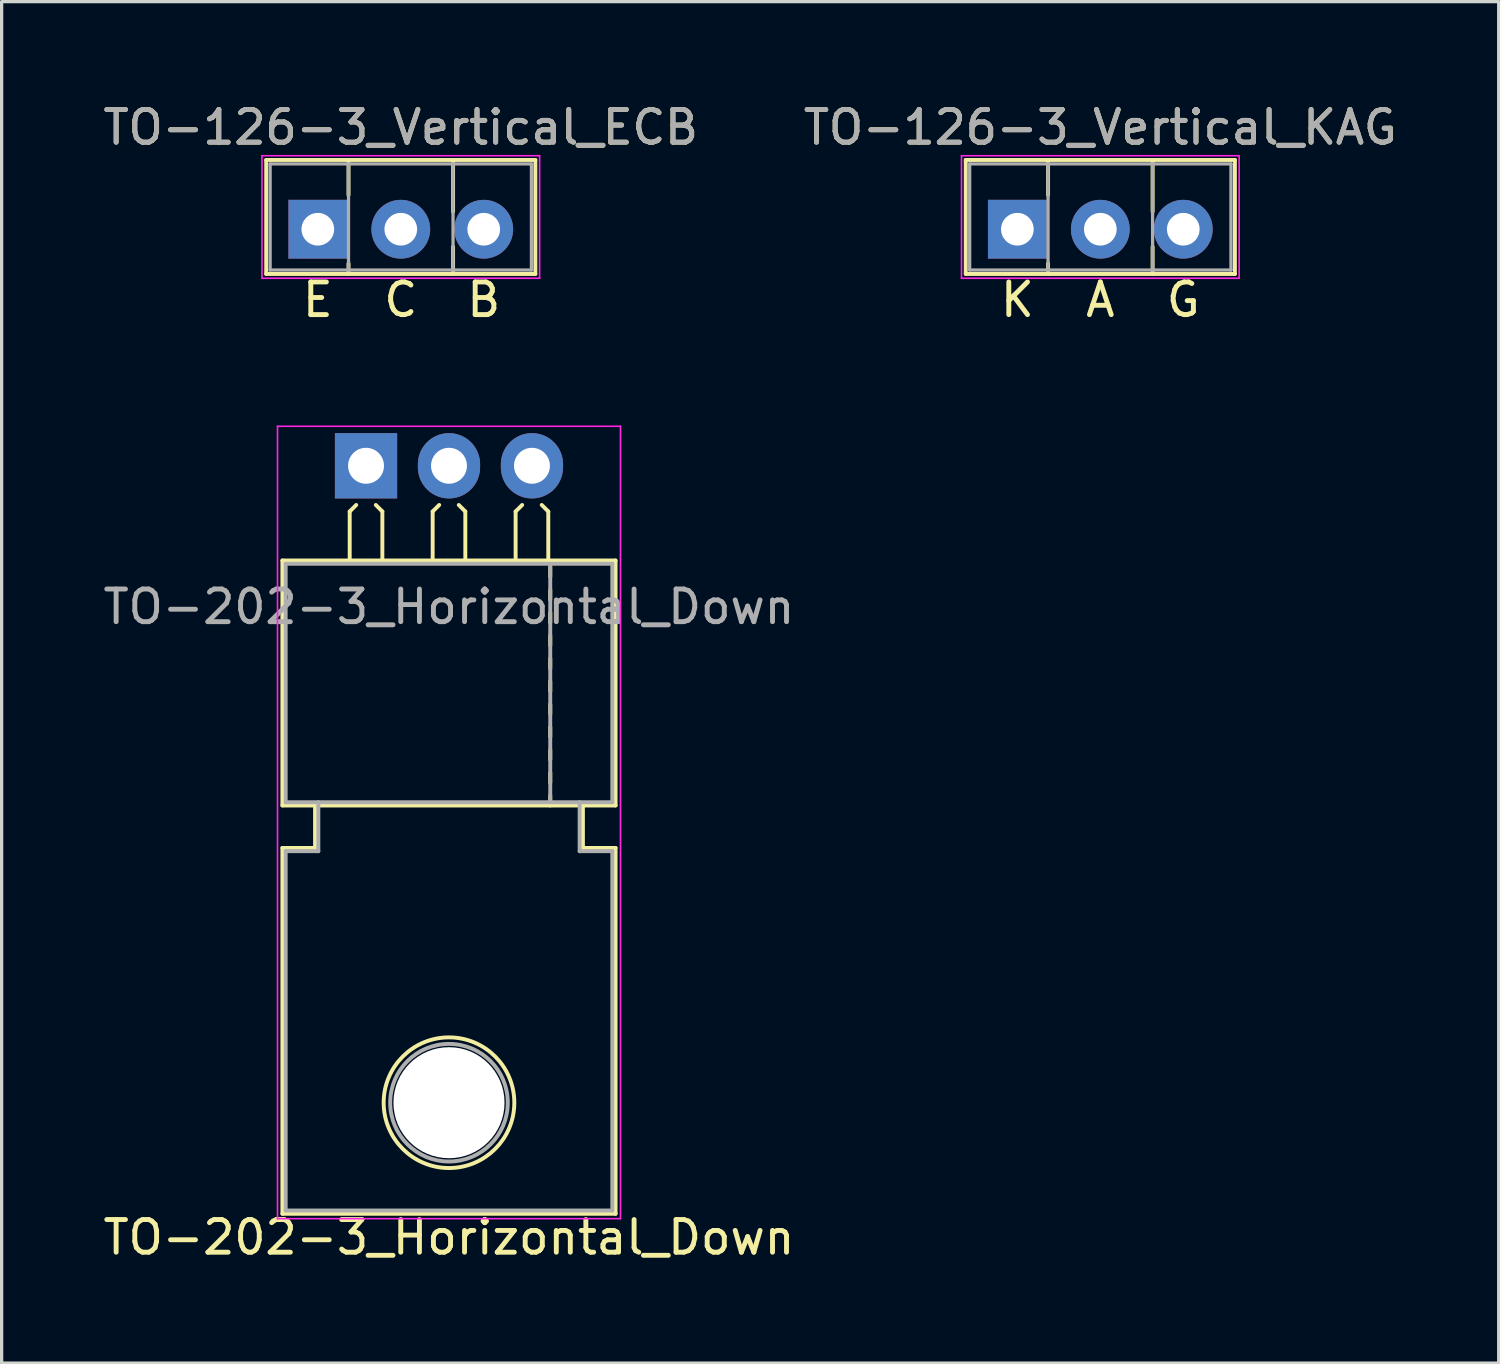
<source format=kicad_pcb>
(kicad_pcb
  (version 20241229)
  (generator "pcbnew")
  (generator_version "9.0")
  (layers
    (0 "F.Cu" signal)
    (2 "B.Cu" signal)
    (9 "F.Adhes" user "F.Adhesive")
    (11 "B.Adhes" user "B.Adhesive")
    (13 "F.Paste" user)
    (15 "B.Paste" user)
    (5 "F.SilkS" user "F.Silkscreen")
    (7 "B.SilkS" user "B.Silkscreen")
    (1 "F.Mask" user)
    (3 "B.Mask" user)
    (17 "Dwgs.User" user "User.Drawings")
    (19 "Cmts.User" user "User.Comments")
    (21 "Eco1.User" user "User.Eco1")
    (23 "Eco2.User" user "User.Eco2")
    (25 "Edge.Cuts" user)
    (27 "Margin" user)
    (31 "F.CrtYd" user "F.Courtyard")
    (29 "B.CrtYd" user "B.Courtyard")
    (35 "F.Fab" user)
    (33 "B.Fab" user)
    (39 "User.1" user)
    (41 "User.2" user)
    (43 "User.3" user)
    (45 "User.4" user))
  (footprint "TO-126-3_Vertical_KAG"
    (layer "F.Cu")
    (at 28.097 3.968)
    (property "Reference" "TO-126-3_Vertical_KAG" (at 2.54 -3.12 0) (layer "F.SilkS") (effects (font (size 1 1) (thickness 0.15))))
    (fp_line (start -1.58 -2.12) (end -1.58 1.37) (stroke (width 0.12) (type solid)) (layer "F.SilkS"))
    (fp_line (start -1.58 -2.12) (end 6.66 -2.12) (stroke (width 0.12) (type solid)) (layer "F.SilkS"))
    (fp_line (start -1.58 1.37) (end 6.66 1.37) (stroke (width 0.12) (type solid)) (layer "F.SilkS"))
    (fp_line (start 0.94 -2.12) (end 0.94 -1.05) (stroke (width 0.12) (type solid)) (layer "F.SilkS"))
    (fp_line (start 0.94 1.05) (end 0.94 1.37) (stroke (width 0.12) (type solid)) (layer "F.SilkS"))
    (fp_line (start 4.141 -2.12) (end 4.141 -0.54) (stroke (width 0.12) (type solid)) (layer "F.SilkS"))
    (fp_line (start 4.141 0.54) (end 4.141 1.37) (stroke (width 0.12) (type solid)) (layer "F.SilkS"))
    (fp_line (start 6.66 -2.12) (end 6.66 1.37) (stroke (width 0.12) (type solid)) (layer "F.SilkS"))
    (fp_line (start -1.71 -2.25) (end -1.71 1.5) (stroke (width 0.05) (type solid)) (layer "F.CrtYd"))
    (fp_line (start -1.71 1.5) (end 6.79 1.5) (stroke (width 0.05) (type solid)) (layer "F.CrtYd"))
    (fp_line (start 6.79 -2.25) (end -1.71 -2.25) (stroke (width 0.05) (type solid)) (layer "F.CrtYd"))
    (fp_line (start 6.79 1.5) (end 6.79 -2.25) (stroke (width 0.05) (type solid)) (layer "F.CrtYd"))
    (fp_line (start -1.46 -2) (end -1.46 1.25) (stroke (width 0.1) (type solid)) (layer "F.Fab"))
    (fp_line (start -1.46 1.25) (end 6.54 1.25) (stroke (width 0.1) (type solid)) (layer "F.Fab"))
    (fp_line (start 0.94 -2) (end 0.94 1.25) (stroke (width 0.1) (type solid)) (layer "F.Fab"))
    (fp_line (start 4.14 -2) (end 4.14 1.25) (stroke (width 0.1) (type solid)) (layer "F.Fab"))
    (fp_line (start 6.54 -2) (end -1.46 -2) (stroke (width 0.1) (type solid)) (layer "F.Fab"))
    (fp_line (start 6.54 1.25) (end 6.54 -2) (stroke (width 0.1) (type solid)) (layer "F.Fab"))
    (fp_text user "K" (at 0 2.159 0) (unlocked yes) (layer "F.SilkS") (effects (font (size 1 1) (thickness 0.15))))
    (fp_text user "G" (at 5.08 2.159 0) (unlocked yes) (layer "F.SilkS") (effects (font (size 1 1) (thickness 0.15))))
    (fp_text user "A" (at 2.54 2.159 0) (unlocked yes) (layer "F.SilkS") (effects (font (size 1 1) (thickness 0.15))))
    (fp_text user "${REFERENCE}" (at 2.54 -3.12 0) (layer "F.Fab") (effects (font (size 1 1) (thickness 0.15))))
    (pad "1" thru_hole rect (at 0 0) (size 1.8 1.8) (drill 1) (layers "*.Cu" "*.Mask"))
    (pad "2" thru_hole oval (at 2.54 0) (size 1.8 1.8) (drill 1) (layers "*.Cu" "*.Mask"))
    (pad "3" thru_hole oval (at 5.08 0) (size 1.8 1.8) (drill 1) (layers "*.Cu" "*.Mask")))
  (footprint "TO-126-3_Vertical_ECB"
    (layer "F.Cu")
    (at 6.68 3.968)
    (property "Reference" "TO-126-3_Vertical_ECB" (at 2.54 -3.12 0) (layer "F.SilkS") (effects (font (size 1 1) (thickness 0.15))))
    (fp_line (start -1.58 -2.12) (end -1.58 1.37) (stroke (width 0.12) (type solid)) (layer "F.SilkS"))
    (fp_line (start -1.58 -2.12) (end 6.66 -2.12) (stroke (width 0.12) (type solid)) (layer "F.SilkS"))
    (fp_line (start -1.58 1.37) (end 6.66 1.37) (stroke (width 0.12) (type solid)) (layer "F.SilkS"))
    (fp_line (start 0.94 -2.12) (end 0.94 -1.05) (stroke (width 0.12) (type solid)) (layer "F.SilkS"))
    (fp_line (start 0.94 1.05) (end 0.94 1.37) (stroke (width 0.12) (type solid)) (layer "F.SilkS"))
    (fp_line (start 4.141 -2.12) (end 4.141 -0.54) (stroke (width 0.12) (type solid)) (layer "F.SilkS"))
    (fp_line (start 4.141 0.54) (end 4.141 1.37) (stroke (width 0.12) (type solid)) (layer "F.SilkS"))
    (fp_line (start 6.66 -2.12) (end 6.66 1.37) (stroke (width 0.12) (type solid)) (layer "F.SilkS"))
    (fp_line (start -1.71 -2.25) (end -1.71 1.5) (stroke (width 0.05) (type solid)) (layer "F.CrtYd"))
    (fp_line (start -1.71 1.5) (end 6.79 1.5) (stroke (width 0.05) (type solid)) (layer "F.CrtYd"))
    (fp_line (start 6.79 -2.25) (end -1.71 -2.25) (stroke (width 0.05) (type solid)) (layer "F.CrtYd"))
    (fp_line (start 6.79 1.5) (end 6.79 -2.25) (stroke (width 0.05) (type solid)) (layer "F.CrtYd"))
    (fp_line (start -1.46 -2) (end -1.46 1.25) (stroke (width 0.1) (type solid)) (layer "F.Fab"))
    (fp_line (start -1.46 1.25) (end 6.54 1.25) (stroke (width 0.1) (type solid)) (layer "F.Fab"))
    (fp_line (start 0.94 -2) (end 0.94 1.25) (stroke (width 0.1) (type solid)) (layer "F.Fab"))
    (fp_line (start 4.14 -2) (end 4.14 1.25) (stroke (width 0.1) (type solid)) (layer "F.Fab"))
    (fp_line (start 6.54 -2) (end -1.46 -2) (stroke (width 0.1) (type solid)) (layer "F.Fab"))
    (fp_line (start 6.54 1.25) (end 6.54 -2) (stroke (width 0.1) (type solid)) (layer "F.Fab"))
    (fp_text user "C" (at 2.54 2.159 0) (unlocked yes) (layer "F.SilkS") (effects (font (size 1 1) (thickness 0.15))))
    (fp_text user "B" (at 5.08 2.159 0) (unlocked yes) (layer "F.SilkS") (effects (font (size 1 1) (thickness 0.15))))
    (fp_text user "E" (at 0 2.159 0) (unlocked yes) (layer "F.SilkS") (effects (font (size 1 1) (thickness 0.15))))
    (fp_text user "${REFERENCE}" (at 2.54 -3.12 0) (layer "F.Fab") (effects (font (size 1 1) (thickness 0.15))))
    (pad "1" thru_hole rect (at 0 0) (size 1.8 1.8) (drill 1) (layers "*.Cu" "*.Mask"))
    (pad "2" thru_hole oval (at 2.54 0) (size 1.8 1.8) (drill 1) (layers "*.Cu" "*.Mask"))
    (pad "3" thru_hole oval (at 5.08 0) (size 1.8 1.8) (drill 1) (layers "*.Cu" "*.Mask")))
  (footprint "TO-202-3_Horizontal_Down"
    (layer "F.Cu")
    (at 8.156 11.21)
    (property "Reference" "TO-202-3_Horizontal_Down" (at 2.54 23.622 180) (layer "F.SilkS") (effects (font (size 1 1) (thickness 0.15))))
    (attr through_hole)
    (fp_line (start -2.56 2.9) (end 7.64 2.9) (stroke (width 0.12) (type solid)) (layer "F.SilkS"))
    (fp_line (start -2.56 10.4) (end -2.56 2.9) (stroke (width 0.12) (type solid)) (layer "F.SilkS"))
    (fp_line (start -2.56 11.7) (end -1.56 11.7) (stroke (width 0.12) (type solid)) (layer "F.SilkS"))
    (fp_line (start -2.56 22.9) (end -2.56 11.7) (stroke (width 0.12) (type solid)) (layer "F.SilkS"))
    (fp_line (start -1.56 10.4) (end -2.56 10.4) (stroke (width 0.12) (type solid)) (layer "F.SilkS"))
    (fp_line (start -1.56 11.7) (end -1.56 10.4) (stroke (width 0.12) (type solid)) (layer "F.SilkS"))
    (fp_line (start -0.5 1.4) (end -0.3 1.2) (stroke (width 0.12) (type solid)) (layer "F.SilkS"))
    (fp_line (start -0.5 2.9) (end -0.5 1.4) (stroke (width 0.12) (type solid)) (layer "F.SilkS"))
    (fp_line (start 0.5 1.4) (end 0.3 1.2) (stroke (width 0.12) (type solid)) (layer "F.SilkS"))
    (fp_line (start 0.5 2.9) (end 0.5 1.4) (stroke (width 0.12) (type solid)) (layer "F.SilkS"))
    (fp_line (start 2.04 1.4) (end 2.24 1.2) (stroke (width 0.12) (type solid)) (layer "F.SilkS"))
    (fp_line (start 2.04 2.9) (end 2.04 1.4) (stroke (width 0.12) (type solid)) (layer "F.SilkS"))
    (fp_line (start 3.04 1.4) (end 2.84 1.2) (stroke (width 0.12) (type solid)) (layer "F.SilkS"))
    (fp_line (start 3.04 2.9) (end 3.04 1.4) (stroke (width 0.12) (type solid)) (layer "F.SilkS"))
    (fp_line (start 4.58 1.4) (end 4.78 1.2) (stroke (width 0.12) (type solid)) (layer "F.SilkS"))
    (fp_line (start 4.58 2.9) (end 4.58 1.4) (stroke (width 0.12) (type solid)) (layer "F.SilkS"))
    (fp_line (start 5.58 1.4) (end 5.38 1.2) (stroke (width 0.12) (type solid)) (layer "F.SilkS"))
    (fp_line (start 5.58 2.9) (end 5.58 1.4) (stroke (width 0.12) (type solid)) (layer "F.SilkS"))
    (fp_line (start 5.64 3.4) (end 5.64 3.1) (stroke (width 0.12) (type solid)) (layer "F.SilkS"))
    (fp_line (start 5.64 4.1) (end 5.64 3.8) (stroke (width 0.12) (type solid)) (layer "F.SilkS"))
    (fp_line (start 5.64 4.8) (end 5.64 4.5) (stroke (width 0.12) (type solid)) (layer "F.SilkS"))
    (fp_line (start 5.64 5.5) (end 5.64 5.2) (stroke (width 0.12) (type solid)) (layer "F.SilkS"))
    (fp_line (start 5.64 6.2) (end 5.64 5.9) (stroke (width 0.12) (type solid)) (layer "F.SilkS"))
    (fp_line (start 5.64 6.9) (end 5.64 6.6) (stroke (width 0.12) (type solid)) (layer "F.SilkS"))
    (fp_line (start 5.64 7.6) (end 5.64 7.3) (stroke (width 0.12) (type solid)) (layer "F.SilkS"))
    (fp_line (start 5.64 8.3) (end 5.64 8) (stroke (width 0.12) (type solid)) (layer "F.SilkS"))
    (fp_line (start 5.64 9) (end 5.64 8.7) (stroke (width 0.12) (type solid)) (layer "F.SilkS"))
    (fp_line (start 5.64 9.7) (end 5.64 9.4) (stroke (width 0.12) (type solid)) (layer "F.SilkS"))
    (fp_line (start 5.64 10.4) (end 5.64 10.1) (stroke (width 0.12) (type solid)) (layer "F.SilkS"))
    (fp_line (start 6.64 10.4) (end -1.56 10.4) (stroke (width 0.12) (type solid)) (layer "F.SilkS"))
    (fp_line (start 6.64 10.4) (end 6.64 11.7) (stroke (width 0.12) (type solid)) (layer "F.SilkS"))
    (fp_line (start 6.64 11.7) (end 7.64 11.7) (stroke (width 0.12) (type solid)) (layer "F.SilkS"))
    (fp_line (start 7.64 2.9) (end 7.64 10.4) (stroke (width 0.12) (type solid)) (layer "F.SilkS"))
    (fp_line (start 7.64 10.4) (end 6.64 10.4) (stroke (width 0.12) (type solid)) (layer "F.SilkS"))
    (fp_line (start 7.64 11.7) (end 7.64 22.9) (stroke (width 0.12) (type solid)) (layer "F.SilkS"))
    (fp_line (start 7.64 22.9) (end -2.56 22.9) (stroke (width 0.12) (type solid)) (layer "F.SilkS"))
    (fp_circle (center 2.54 19.5) (end 0.54 19.5) (stroke (width 0.12) (type solid)) (fill no) (layer "F.SilkS"))
    (fp_line (start -2.71 -1.21) (end -2.71 23.05) (stroke (width 0.05) (type solid)) (layer "F.CrtYd"))
    (fp_line (start -2.71 23.05) (end 7.79 23.05) (stroke (width 0.05) (type solid)) (layer "F.CrtYd"))
    (fp_line (start 7.79 -1.21) (end -2.71 -1.21) (stroke (width 0.05) (type solid)) (layer "F.CrtYd"))
    (fp_line (start 7.79 23.05) (end 7.79 -1.21) (stroke (width 0.05) (type solid)) (layer "F.CrtYd"))
    (fp_line (start -2.46 3) (end -2.46 10.3) (stroke (width 0.12) (type solid)) (layer "F.Fab"))
    (fp_line (start -2.46 10.3) (end 7.54 10.3) (stroke (width 0.12) (type solid)) (layer "F.Fab"))
    (fp_line (start -2.46 11.8) (end -1.46 11.8) (stroke (width 0.12) (type solid)) (layer "F.Fab"))
    (fp_line (start -2.46 22.8) (end -2.46 11.8) (stroke (width 0.12) (type solid)) (layer "F.Fab"))
    (fp_line (start -1.46 11.8) (end -1.46 10.3) (stroke (width 0.12) (type solid)) (layer "F.Fab"))
    (fp_line (start 5.64 3) (end 5.64 10.3) (stroke (width 0.12) (type solid)) (layer "F.Fab"))
    (fp_line (start 6.54 10.3) (end 6.54 11.8) (stroke (width 0.12) (type solid)) (layer "F.Fab"))
    (fp_line (start 6.54 11.8) (end 7.54 11.8) (stroke (width 0.12) (type solid)) (layer "F.Fab"))
    (fp_line (start 7.54 3) (end -2.46 3) (stroke (width 0.12) (type solid)) (layer "F.Fab"))
    (fp_line (start 7.54 10.3) (end 7.54 3) (stroke (width 0.12) (type solid)) (layer "F.Fab"))
    (fp_line (start 7.54 11.8) (end 7.54 22.8) (stroke (width 0.12) (type solid)) (layer "F.Fab"))
    (fp_line (start 7.54 22.8) (end -2.46 22.8) (stroke (width 0.12) (type solid)) (layer "F.Fab"))
    (fp_circle (center 2.54 19.5) (end 0.74 19.5) (stroke (width 0.12) (type solid)) (fill no) (layer "F.Fab"))
    (fp_text user "${REFERENCE}" (at 2.54 4.318 180) (layer "F.Fab") (effects (font (size 1 1) (thickness 0.15))))
    (pad "" np_thru_hole circle (at 2.54 19.5 180) (size 3.4 3.4) (drill 3.4) (layers "*.Cu" "*.Mask"))
    (pad "1" thru_hole rect (at 0 0) (size 1.905 2) (drill 1.1) (layers "*.Cu" "*.Mask"))
    (pad "2" thru_hole oval (at 2.54 0) (size 1.905 2) (drill 1.1) (layers "*.Cu" "*.Mask"))
    (pad "3" thru_hole oval (at 5.08 0) (size 1.905 2) (drill 1.1) (layers "*.Cu" "*.Mask")))
  (gr_rect
    (start -3 -3)
    (end 42.833 38.681)
    (stroke (width 0.1) (type default))
    (fill no)
    (layer "Edge.Cuts")))
</source>
